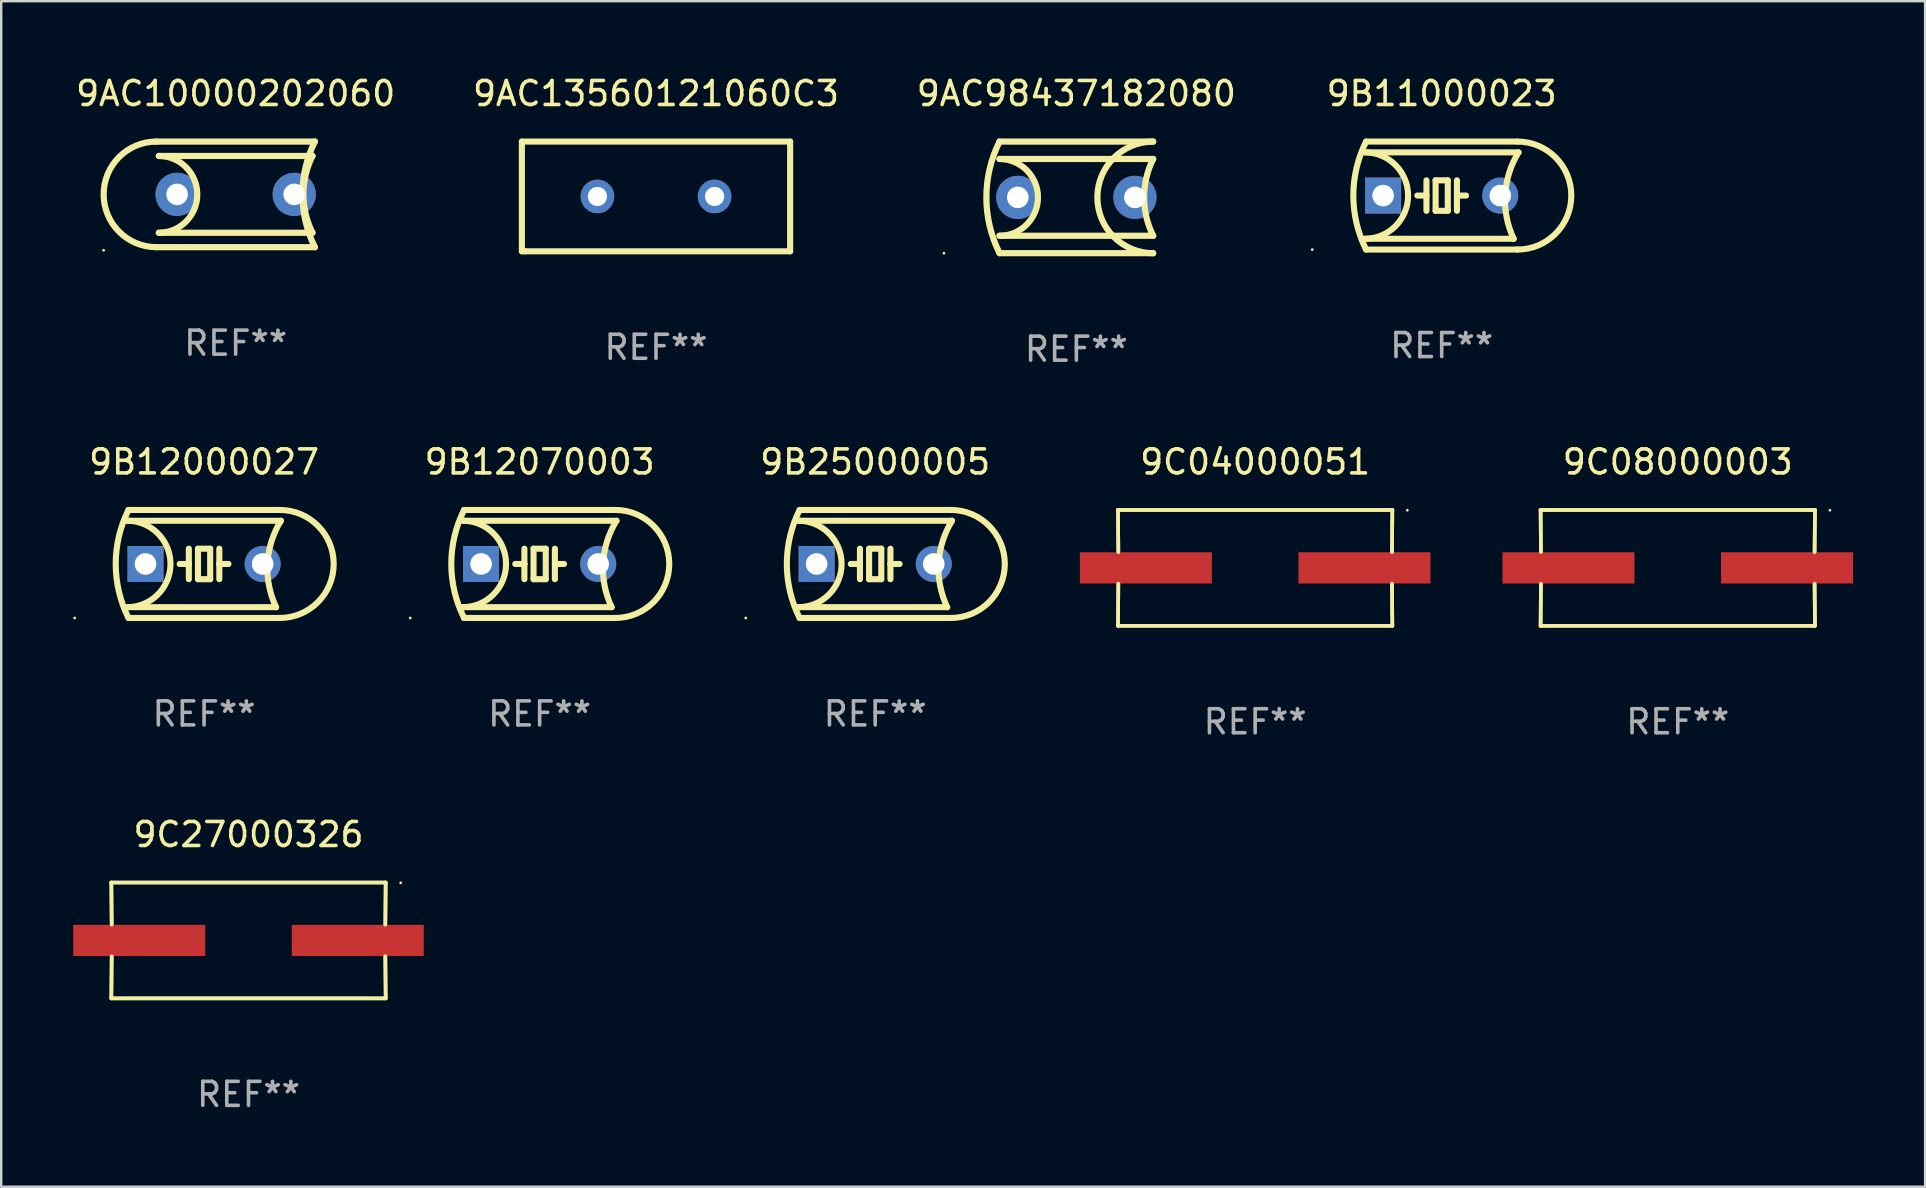
<source format=kicad_pcb>
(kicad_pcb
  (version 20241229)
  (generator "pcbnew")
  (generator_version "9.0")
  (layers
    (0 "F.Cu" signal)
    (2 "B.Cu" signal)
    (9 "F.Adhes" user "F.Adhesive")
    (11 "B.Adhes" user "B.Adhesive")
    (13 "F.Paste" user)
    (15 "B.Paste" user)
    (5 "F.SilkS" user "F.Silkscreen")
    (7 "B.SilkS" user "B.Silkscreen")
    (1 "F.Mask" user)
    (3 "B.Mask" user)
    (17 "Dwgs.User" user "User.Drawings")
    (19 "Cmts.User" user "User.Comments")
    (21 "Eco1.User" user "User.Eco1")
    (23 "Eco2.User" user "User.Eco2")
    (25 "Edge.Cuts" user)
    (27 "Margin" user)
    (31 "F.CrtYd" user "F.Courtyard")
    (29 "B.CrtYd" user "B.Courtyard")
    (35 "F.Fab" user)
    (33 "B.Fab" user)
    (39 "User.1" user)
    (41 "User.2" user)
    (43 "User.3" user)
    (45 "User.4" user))
  (footprint "9AC13560121060C3"
    (layer "F.Cu")
    (at 24.28 5.134)
    (property "Reference" "9AC13560121060C3" (at 0 -4.286 0) (layer "F.SilkS") (effects (font (size 1 1) (thickness 0.15))))
    (attr through_hole)
    (fp_line (start -5.588 -2.286) (end -5.588 2.159) (stroke (width 0.254) (type solid)) (layer "F.SilkS"))
    (fp_line (start -5.588 2.159) (end -5.588 2.286) (stroke (width 0.254) (type solid)) (layer "F.SilkS"))
    (fp_line (start -5.588 2.286) (end -5.461 2.286) (stroke (width 0.254) (type solid)) (layer "F.SilkS"))
    (fp_line (start -5.461 2.286) (end 5.588 2.286) (stroke (width 0.254) (type solid)) (layer "F.SilkS"))
    (fp_line (start 5.588 -2.286) (end -5.588 -2.286) (stroke (width 0.254) (type solid)) (layer "F.SilkS"))
    (fp_line (start 5.588 2.286) (end 5.588 -2.286) (stroke (width 0.254) (type solid)) (layer "F.SilkS"))
    (fp_circle (center -5.525 2.325) (end -5.495 2.325) (stroke (width 0.06) (type solid)) (fill no) (layer "F.SilkS"))
    (fp_text user "REF**" (at 0 6.286 0) (layer "F.Fab") (effects (font (size 1 1) (thickness 0.15))))
    (pad "1" thru_hole circle (at -2.44 0) (size 1.4 1.4) (drill 0.8) (layers "*.Cu" "*.Mask"))
    (pad "2" thru_hole circle (at 2.44 0) (size 1.4 1.4) (drill 0.8) (layers "*.Cu" "*.Mask")))
  (footprint "9B11000023"
    (layer "F.Cu")
    (at 57.012 5.098)
    (property "Reference" "9B11000023" (at 0 -4.25 0) (layer "F.SilkS") (effects (font (size 1 1) (thickness 0.15))))
    (attr through_hole)
    (fp_line (start -3.2 -1.8) (end 3.2 -1.8) (stroke (width 0.254) (type solid)) (layer "F.SilkS"))
    (fp_line (start -3.15 2.25) (end 3.15 2.25) (stroke (width 0.254) (type solid)) (layer "F.SilkS"))
    (fp_line (start -0.635 -0.635) (end -0.635 0) (stroke (width 0.254) (type solid)) (layer "F.SilkS"))
    (fp_line (start -0.635 0) (end -1.016 0) (stroke (width 0.254) (type solid)) (layer "F.SilkS"))
    (fp_line (start -0.635 0) (end -0.635 0.635) (stroke (width 0.254) (type solid)) (layer "F.SilkS"))
    (fp_line (start -0.254 -0.635) (end -0.254 0.635) (stroke (width 0.254) (type solid)) (layer "F.SilkS"))
    (fp_line (start -0.254 0.635) (end 0.254 0.635) (stroke (width 0.254) (type solid)) (layer "F.SilkS"))
    (fp_line (start 0.254 -0.635) (end -0.254 -0.635) (stroke (width 0.254) (type solid)) (layer "F.SilkS"))
    (fp_line (start 0.254 0.635) (end 0.254 -0.635) (stroke (width 0.254) (type solid)) (layer "F.SilkS"))
    (fp_line (start 0.635 -0.635) (end 0.635 0) (stroke (width 0.254) (type solid)) (layer "F.SilkS"))
    (fp_line (start 0.635 0) (end 0.635 0.635) (stroke (width 0.254) (type solid)) (layer "F.SilkS"))
    (fp_line (start 0.635 0) (end 1.016 0) (stroke (width 0.254) (type solid)) (layer "F.SilkS"))
    (fp_line (start 3 1.8) (end -3.2 1.8) (stroke (width 0.254) (type solid)) (layer "F.SilkS"))
    (fp_line (start 3.15 -2.25) (end -3.15 -2.25) (stroke (width 0.254) (type solid)) (layer "F.SilkS"))
    (fp_arc (start -3.200406 -1.800864) (mid -1.399974 -0.000635) (end -3.2 1.8) (stroke (width 0.254001) (type solid)) (layer "F.SilkS"))
    (fp_arc (start -3.149606 2.250444) (mid -3.680941 0.000261) (end -3.149987 -2.250013) (stroke (width 0.254001) (type solid)) (layer "F.SilkS"))
    (fp_arc (start 2.999746 1.800863) (mid 2.642982 -0.024977) (end 3.2 -1.8) (stroke (width 0.254001) (type solid)) (layer "F.SilkS"))
    (fp_arc (start 3.149607 -2.250445) (mid 5.399848 -0.000406) (end 3.149987 2.250013) (stroke (width 0.254001) (type solid)) (layer "F.SilkS"))
    (fp_circle (center -5.392 2.25) (end -5.362 2.25) (stroke (width 0.06) (type solid)) (fill no) (layer "F.SilkS"))
    (fp_text user "REF**" (at 0 6.25 0) (layer "F.Fab") (effects (font (size 1 1) (thickness 0.15))))
    (pad "1" thru_hole rect (at -2.44 0) (size 1.5 1.5) (drill 0.9) (layers "*.Cu" "*.Mask"))
    (pad "2" thru_hole circle (at 2.44 0) (size 1.5 1.5) (drill 0.9) (layers "*.Cu" "*.Mask")))
  (footprint "9AC10000202060"
    (layer "F.Cu")
    (at 6.768 5.048)
    (property "Reference" "9AC10000202060" (at 0 -4.2 0) (layer "F.SilkS") (effects (font (size 1 1) (thickness 0.15))))
    (attr through_hole)
    (fp_line (start -3.3 -2.2) (end 3.3 -2.2) (stroke (width 0.258) (type solid)) (layer "F.SilkS"))
    (fp_line (start -3.2 1.6) (end 3.2 1.6) (stroke (width 0.258) (type solid)) (layer "F.SilkS"))
    (fp_line (start 3.2 -1.6) (end -3.2 -1.6) (stroke (width 0.258) (type solid)) (layer "F.SilkS"))
    (fp_line (start 3.3 2.2) (end -3.3 2.2) (stroke (width 0.258) (type solid)) (layer "F.SilkS"))
    (fp_arc (start -3.299987 2.2) (mid -5.499301 -0.000076) (end -3.299479 -2.199644) (stroke (width 0.258065) (type solid)) (layer "F.SilkS"))
    (fp_arc (start -3.200418 -1.600203) (mid -1.600292 -0.000291) (end -3.200013 1.600025) (stroke (width 0.258065) (type solid)) (layer "F.SilkS"))
    (fp_arc (start 3.200394 1.600203) (mid 2.822512 0.00014) (end 3.199962 -1.600025) (stroke (width 0.258065) (type solid)) (layer "F.SilkS"))
    (fp_arc (start 3.299453 2.199645) (mid 2.780328 -0.000241) (end 3.299987 -2.2) (stroke (width 0.258065) (type solid)) (layer "F.SilkS"))
    (fp_circle (center -5.5 2.329) (end -5.47 2.329) (stroke (width 0.06) (type solid)) (fill no) (layer "F.SilkS"))
    (fp_text user "REF**" (at 0 6.2 0) (layer "F.Fab") (effects (font (size 1 1) (thickness 0.15))))
    (pad "1" thru_hole circle (at -2.44 0) (size 1.8 1.8) (drill 0.9) (layers "*.Cu" "*.Mask"))
    (pad "2" thru_hole circle (at 2.44 0) (size 1.8 1.8) (drill 0.9) (layers "*.Cu" "*.Mask")))
  (footprint "9B12000027"
    (layer "F.Cu")
    (at 5.452 20.445)
    (property "Reference" "9B12000027" (at 0 -4.25 0) (layer "F.SilkS") (effects (font (size 1 1) (thickness 0.15))))
    (attr through_hole)
    (fp_line (start -3.2 -1.8) (end 3.2 -1.8) (stroke (width 0.254) (type solid)) (layer "F.SilkS"))
    (fp_line (start -3.15 2.25) (end 3.15 2.25) (stroke (width 0.254) (type solid)) (layer "F.SilkS"))
    (fp_line (start -0.635 -0.635) (end -0.635 0) (stroke (width 0.254) (type solid)) (layer "F.SilkS"))
    (fp_line (start -0.635 0) (end -1.016 0) (stroke (width 0.254) (type solid)) (layer "F.SilkS"))
    (fp_line (start -0.635 0) (end -0.635 0.635) (stroke (width 0.254) (type solid)) (layer "F.SilkS"))
    (fp_line (start -0.254 -0.635) (end -0.254 0.635) (stroke (width 0.254) (type solid)) (layer "F.SilkS"))
    (fp_line (start -0.254 0.635) (end 0.254 0.635) (stroke (width 0.254) (type solid)) (layer "F.SilkS"))
    (fp_line (start 0.254 -0.635) (end -0.254 -0.635) (stroke (width 0.254) (type solid)) (layer "F.SilkS"))
    (fp_line (start 0.254 0.635) (end 0.254 -0.635) (stroke (width 0.254) (type solid)) (layer "F.SilkS"))
    (fp_line (start 0.635 -0.635) (end 0.635 0) (stroke (width 0.254) (type solid)) (layer "F.SilkS"))
    (fp_line (start 0.635 0) (end 0.635 0.635) (stroke (width 0.254) (type solid)) (layer "F.SilkS"))
    (fp_line (start 0.635 0) (end 1.016 0) (stroke (width 0.254) (type solid)) (layer "F.SilkS"))
    (fp_line (start 3 1.8) (end -3.2 1.8) (stroke (width 0.254) (type solid)) (layer "F.SilkS"))
    (fp_line (start 3.15 -2.25) (end -3.15 -2.25) (stroke (width 0.254) (type solid)) (layer "F.SilkS"))
    (fp_arc (start -3.200406 -1.800864) (mid -1.399974 -0.000635) (end -3.2 1.8) (stroke (width 0.254001) (type solid)) (layer "F.SilkS"))
    (fp_arc (start -3.149606 2.250444) (mid -3.680941 0.000261) (end -3.149987 -2.250013) (stroke (width 0.254001) (type solid)) (layer "F.SilkS"))
    (fp_arc (start 2.999746 1.800863) (mid 2.642982 -0.024977) (end 3.2 -1.8) (stroke (width 0.254001) (type solid)) (layer "F.SilkS"))
    (fp_arc (start 3.149607 -2.250445) (mid 5.399848 -0.000406) (end 3.149987 2.250013) (stroke (width 0.254001) (type solid)) (layer "F.SilkS"))
    (fp_circle (center -5.392 2.25) (end -5.362 2.25) (stroke (width 0.06) (type solid)) (fill no) (layer "F.SilkS"))
    (fp_text user "REF**" (at 0 6.25 0) (layer "F.Fab") (effects (font (size 1 1) (thickness 0.15))))
    (pad "1" thru_hole rect (at -2.44 0) (size 1.5 1.5) (drill 0.9) (layers "*.Cu" "*.Mask"))
    (pad "2" thru_hole circle (at 2.44 0) (size 1.5 1.5) (drill 0.9) (layers "*.Cu" "*.Mask")))
  (footprint "9C27000326"
    (layer "F.Cu")
    (at 7.303 36.13)
    (property "Reference" "9C27000326" (at 0 -4.413 0) (layer "F.SilkS") (effects (font (size 1 1) (thickness 0.15))))
    (attr through_hole)
    (fp_line (start -5.715 -2.413) (end -5.7 -0.662) (stroke (width 0.152) (type solid)) (layer "F.SilkS"))
    (fp_line (start -5.715 -2.413) (end -5.7 -0.662) (stroke (width 0.152) (type solid)) (layer "F.SilkS"))
    (fp_line (start -5.715 2.413) (end 5.715 2.413) (stroke (width 0.152) (type solid)) (layer "F.SilkS"))
    (fp_line (start -5.715 2.413) (end 5.715 2.413) (stroke (width 0.152) (type solid)) (layer "F.SilkS"))
    (fp_line (start -5.7 0.662) (end -5.715 2.413) (stroke (width 0.152) (type solid)) (layer "F.SilkS"))
    (fp_line (start -5.7 0.662) (end -5.715 2.413) (stroke (width 0.152) (type solid)) (layer "F.SilkS"))
    (fp_line (start 5.7 -0.662) (end 5.715 -2.413) (stroke (width 0.152) (type solid)) (layer "F.SilkS"))
    (fp_line (start 5.7 -0.662) (end 5.715 -2.413) (stroke (width 0.152) (type solid)) (layer "F.SilkS"))
    (fp_line (start 5.715 -2.413) (end -5.715 -2.413) (stroke (width 0.152) (type solid)) (layer "F.SilkS"))
    (fp_line (start 5.715 -2.413) (end -5.715 -2.413) (stroke (width 0.152) (type solid)) (layer "F.SilkS"))
    (fp_line (start 5.715 2.413) (end 5.7 0.662) (stroke (width 0.152) (type solid)) (layer "F.SilkS"))
    (fp_line (start 5.715 2.413) (end 5.7 0.662) (stroke (width 0.152) (type solid)) (layer "F.SilkS"))
    (fp_circle (center 6.34 -2.4) (end 6.37 -2.4) (stroke (width 0.06) (type solid)) (fill no) (layer "F.SilkS"))
    (fp_text user "REF**" (at 0 6.413 0) (layer "F.Fab") (effects (font (size 1 1) (thickness 0.15))))
    (pad "1" smd rect (at 4.553 0) (size 5.5 1.3) (layers "F.Cu" "F.Mask" "F.Paste"))
    (pad "2" smd rect (at -4.553 0) (size 5.5 1.3) (layers "F.Cu" "F.Mask" "F.Paste")))
  (footprint "9B25000005"
    (layer "F.Cu")
    (at 33.411 20.445)
    (property "Reference" "9B25000005" (at 0 -4.25 0) (layer "F.SilkS") (effects (font (size 1 1) (thickness 0.15))))
    (attr through_hole)
    (fp_line (start -3.2 -1.8) (end 3.2 -1.8) (stroke (width 0.254) (type solid)) (layer "F.SilkS"))
    (fp_line (start -3.15 2.25) (end 3.15 2.25) (stroke (width 0.254) (type solid)) (layer "F.SilkS"))
    (fp_line (start -0.635 -0.635) (end -0.635 0) (stroke (width 0.254) (type solid)) (layer "F.SilkS"))
    (fp_line (start -0.635 0) (end -1.016 0) (stroke (width 0.254) (type solid)) (layer "F.SilkS"))
    (fp_line (start -0.635 0) (end -0.635 0.635) (stroke (width 0.254) (type solid)) (layer "F.SilkS"))
    (fp_line (start -0.254 -0.635) (end -0.254 0.635) (stroke (width 0.254) (type solid)) (layer "F.SilkS"))
    (fp_line (start -0.254 0.635) (end 0.254 0.635) (stroke (width 0.254) (type solid)) (layer "F.SilkS"))
    (fp_line (start 0.254 -0.635) (end -0.254 -0.635) (stroke (width 0.254) (type solid)) (layer "F.SilkS"))
    (fp_line (start 0.254 0.635) (end 0.254 -0.635) (stroke (width 0.254) (type solid)) (layer "F.SilkS"))
    (fp_line (start 0.635 -0.635) (end 0.635 0) (stroke (width 0.254) (type solid)) (layer "F.SilkS"))
    (fp_line (start 0.635 0) (end 0.635 0.635) (stroke (width 0.254) (type solid)) (layer "F.SilkS"))
    (fp_line (start 0.635 0) (end 1.016 0) (stroke (width 0.254) (type solid)) (layer "F.SilkS"))
    (fp_line (start 3 1.8) (end -3.2 1.8) (stroke (width 0.254) (type solid)) (layer "F.SilkS"))
    (fp_line (start 3.15 -2.25) (end -3.15 -2.25) (stroke (width 0.254) (type solid)) (layer "F.SilkS"))
    (fp_arc (start -3.200406 -1.800864) (mid -1.399974 -0.000635) (end -3.2 1.8) (stroke (width 0.254001) (type solid)) (layer "F.SilkS"))
    (fp_arc (start -3.149606 2.250444) (mid -3.680941 0.000261) (end -3.149987 -2.250013) (stroke (width 0.254001) (type solid)) (layer "F.SilkS"))
    (fp_arc (start 2.999746 1.800863) (mid 2.642982 -0.024977) (end 3.2 -1.8) (stroke (width 0.254001) (type solid)) (layer "F.SilkS"))
    (fp_arc (start 3.149607 -2.250445) (mid 5.399848 -0.000406) (end 3.149987 2.250013) (stroke (width 0.254001) (type solid)) (layer "F.SilkS"))
    (fp_circle (center -5.392 2.25) (end -5.362 2.25) (stroke (width 0.06) (type solid)) (fill no) (layer "F.SilkS"))
    (fp_text user "REF**" (at 0 6.25 0) (layer "F.Fab") (effects (font (size 1 1) (thickness 0.15))))
    (pad "1" thru_hole rect (at -2.44 0) (size 1.5 1.5) (drill 0.9) (layers "*.Cu" "*.Mask"))
    (pad "2" thru_hole circle (at 2.44 0) (size 1.5 1.5) (drill 0.9) (layers "*.Cu" "*.Mask")))
  (footprint "9AC98437182080"
    (layer "F.Cu")
    (at 41.792 5.173)
    (property "Reference" "9AC98437182080" (at 0 -4.325 0) (layer "F.SilkS") (effects (font (size 1 1) (thickness 0.15))))
    (attr through_hole)
    (fp_line (start -3.2 -2.325) (end 3.2 -2.325) (stroke (width 0.258) (type solid)) (layer "F.SilkS"))
    (fp_line (start -3.2 1.6) (end 3.2 1.6) (stroke (width 0.258) (type solid)) (layer "F.SilkS"))
    (fp_line (start 3.2 2.325) (end -3.2 2.325) (stroke (width 0.258) (type solid)) (layer "F.SilkS"))
    (fp_line (start 3.2 -1.6) (end -3.2 -1.6) (stroke (width 0.258) (type solid)) (layer "F.SilkS"))
    (fp_arc (start -3.200382 2.324143) (mid -3.748993 -0.000455) (end -3.199975 -2.324956) (stroke (width 0.258065) (type solid)) (layer "F.SilkS"))
    (fp_arc (start -3.20038 -1.600166) (mid -1.600253 -0.000253) (end -3.199975 1.600064) (stroke (width 0.258065) (type solid)) (layer "F.SilkS"))
    (fp_arc (start 3.199949 2.324981) (mid 0.87592 0.000216) (end 3.200431 -2.324067) (stroke (width 0.258065) (type solid)) (layer "F.SilkS"))
    (fp_arc (start 3.200432 1.600241) (mid 2.82255 0.000178) (end 3.2 -1.599987) (stroke (width 0.258065) (type solid)) (layer "F.SilkS"))
    (fp_circle (center -5.517 2.325) (end -5.487 2.325) (stroke (width 0.06) (type solid)) (fill no) (layer "F.SilkS"))
    (fp_text user "REF**" (at 0 6.325 0) (layer "F.Fab") (effects (font (size 1 1) (thickness 0.15))))
    (pad "1" thru_hole circle (at -2.44 0.000038) (size 1.8 1.8) (drill 0.9) (layers "*.Cu" "*.Mask"))
    (pad "2" thru_hole circle (at 2.44 0.000038) (size 1.8 1.8) (drill 0.9) (layers "*.Cu" "*.Mask")))
  (footprint "9C04000051"
    (layer "F.Cu")
    (at 49.241 20.608)
    (property "Reference" "9C04000051" (at 0 -4.413 0) (layer "F.SilkS") (effects (font (size 1 1) (thickness 0.15))))
    (attr through_hole)
    (fp_line (start -5.715 -2.413) (end -5.7 -0.662) (stroke (width 0.152) (type solid)) (layer "F.SilkS"))
    (fp_line (start -5.715 -2.413) (end -5.7 -0.662) (stroke (width 0.152) (type solid)) (layer "F.SilkS"))
    (fp_line (start -5.715 2.413) (end 5.715 2.413) (stroke (width 0.152) (type solid)) (layer "F.SilkS"))
    (fp_line (start -5.715 2.413) (end 5.715 2.413) (stroke (width 0.152) (type solid)) (layer "F.SilkS"))
    (fp_line (start -5.7 0.662) (end -5.715 2.413) (stroke (width 0.152) (type solid)) (layer "F.SilkS"))
    (fp_line (start -5.7 0.662) (end -5.715 2.413) (stroke (width 0.152) (type solid)) (layer "F.SilkS"))
    (fp_line (start 5.7 -0.662) (end 5.715 -2.413) (stroke (width 0.152) (type solid)) (layer "F.SilkS"))
    (fp_line (start 5.7 -0.662) (end 5.715 -2.413) (stroke (width 0.152) (type solid)) (layer "F.SilkS"))
    (fp_line (start 5.715 -2.413) (end -5.715 -2.413) (stroke (width 0.152) (type solid)) (layer "F.SilkS"))
    (fp_line (start 5.715 -2.413) (end -5.715 -2.413) (stroke (width 0.152) (type solid)) (layer "F.SilkS"))
    (fp_line (start 5.715 2.413) (end 5.7 0.662) (stroke (width 0.152) (type solid)) (layer "F.SilkS"))
    (fp_line (start 5.715 2.413) (end 5.7 0.662) (stroke (width 0.152) (type solid)) (layer "F.SilkS"))
    (fp_circle (center 6.34 -2.4) (end 6.37 -2.4) (stroke (width 0.06) (type solid)) (fill no) (layer "F.SilkS"))
    (fp_text user "REF**" (at 0 6.413 0) (layer "F.Fab") (effects (font (size 1 1) (thickness 0.15))))
    (pad "1" smd rect (at 4.553 0) (size 5.5 1.3) (layers "F.Cu" "F.Mask" "F.Paste"))
    (pad "2" smd rect (at -4.553 0) (size 5.5 1.3) (layers "F.Cu" "F.Mask" "F.Paste")))
  (footprint "9C08000003"
    (layer "F.Cu")
    (at 66.847 20.608)
    (property "Reference" "9C08000003" (at 0 -4.413 0) (layer "F.SilkS") (effects (font (size 1 1) (thickness 0.15))))
    (attr through_hole)
    (fp_line (start -5.715 -2.413) (end -5.7 -0.662) (stroke (width 0.152) (type solid)) (layer "F.SilkS"))
    (fp_line (start -5.715 -2.413) (end -5.7 -0.662) (stroke (width 0.152) (type solid)) (layer "F.SilkS"))
    (fp_line (start -5.715 2.413) (end 5.715 2.413) (stroke (width 0.152) (type solid)) (layer "F.SilkS"))
    (fp_line (start -5.715 2.413) (end 5.715 2.413) (stroke (width 0.152) (type solid)) (layer "F.SilkS"))
    (fp_line (start -5.7 0.662) (end -5.715 2.413) (stroke (width 0.152) (type solid)) (layer "F.SilkS"))
    (fp_line (start -5.7 0.662) (end -5.715 2.413) (stroke (width 0.152) (type solid)) (layer "F.SilkS"))
    (fp_line (start 5.7 -0.662) (end 5.715 -2.413) (stroke (width 0.152) (type solid)) (layer "F.SilkS"))
    (fp_line (start 5.7 -0.662) (end 5.715 -2.413) (stroke (width 0.152) (type solid)) (layer "F.SilkS"))
    (fp_line (start 5.715 -2.413) (end -5.715 -2.413) (stroke (width 0.152) (type solid)) (layer "F.SilkS"))
    (fp_line (start 5.715 -2.413) (end -5.715 -2.413) (stroke (width 0.152) (type solid)) (layer "F.SilkS"))
    (fp_line (start 5.715 2.413) (end 5.7 0.662) (stroke (width 0.152) (type solid)) (layer "F.SilkS"))
    (fp_line (start 5.715 2.413) (end 5.7 0.662) (stroke (width 0.152) (type solid)) (layer "F.SilkS"))
    (fp_circle (center 6.34 -2.4) (end 6.37 -2.4) (stroke (width 0.06) (type solid)) (fill no) (layer "F.SilkS"))
    (fp_text user "REF**" (at 0 6.413 0) (layer "F.Fab") (effects (font (size 1 1) (thickness 0.15))))
    (pad "1" smd rect (at 4.553 0) (size 5.5 1.3) (layers "F.Cu" "F.Mask" "F.Paste"))
    (pad "2" smd rect (at -4.553 0) (size 5.5 1.3) (layers "F.Cu" "F.Mask" "F.Paste")))
  (footprint "9B12070003"
    (layer "F.Cu")
    (at 19.432 20.445)
    (property "Reference" "9B12070003" (at 0 -4.25 0) (layer "F.SilkS") (effects (font (size 1 1) (thickness 0.15))))
    (attr through_hole)
    (fp_line (start -3.2 -1.8) (end 3.2 -1.8) (stroke (width 0.254) (type solid)) (layer "F.SilkS"))
    (fp_line (start -3.15 2.25) (end 3.15 2.25) (stroke (width 0.254) (type solid)) (layer "F.SilkS"))
    (fp_line (start -0.635 -0.635) (end -0.635 0) (stroke (width 0.254) (type solid)) (layer "F.SilkS"))
    (fp_line (start -0.635 0) (end -1.016 0) (stroke (width 0.254) (type solid)) (layer "F.SilkS"))
    (fp_line (start -0.635 0) (end -0.635 0.635) (stroke (width 0.254) (type solid)) (layer "F.SilkS"))
    (fp_line (start -0.254 -0.635) (end -0.254 0.635) (stroke (width 0.254) (type solid)) (layer "F.SilkS"))
    (fp_line (start -0.254 0.635) (end 0.254 0.635) (stroke (width 0.254) (type solid)) (layer "F.SilkS"))
    (fp_line (start 0.254 -0.635) (end -0.254 -0.635) (stroke (width 0.254) (type solid)) (layer "F.SilkS"))
    (fp_line (start 0.254 0.635) (end 0.254 -0.635) (stroke (width 0.254) (type solid)) (layer "F.SilkS"))
    (fp_line (start 0.635 -0.635) (end 0.635 0) (stroke (width 0.254) (type solid)) (layer "F.SilkS"))
    (fp_line (start 0.635 0) (end 0.635 0.635) (stroke (width 0.254) (type solid)) (layer "F.SilkS"))
    (fp_line (start 0.635 0) (end 1.016 0) (stroke (width 0.254) (type solid)) (layer "F.SilkS"))
    (fp_line (start 3 1.8) (end -3.2 1.8) (stroke (width 0.254) (type solid)) (layer "F.SilkS"))
    (fp_line (start 3.15 -2.25) (end -3.15 -2.25) (stroke (width 0.254) (type solid)) (layer "F.SilkS"))
    (fp_arc (start -3.200406 -1.800864) (mid -1.399974 -0.000635) (end -3.2 1.8) (stroke (width 0.254001) (type solid)) (layer "F.SilkS"))
    (fp_arc (start -3.149606 2.250444) (mid -3.680941 0.000261) (end -3.149987 -2.250013) (stroke (width 0.254001) (type solid)) (layer "F.SilkS"))
    (fp_arc (start 2.999746 1.800863) (mid 2.642982 -0.024977) (end 3.2 -1.8) (stroke (width 0.254001) (type solid)) (layer "F.SilkS"))
    (fp_arc (start 3.149607 -2.250445) (mid 5.399848 -0.000406) (end 3.149987 2.250013) (stroke (width 0.254001) (type solid)) (layer "F.SilkS"))
    (fp_circle (center -5.392 2.25) (end -5.362 2.25) (stroke (width 0.06) (type solid)) (fill no) (layer "F.SilkS"))
    (fp_text user "REF**" (at 0 6.25 0) (layer "F.Fab") (effects (font (size 1 1) (thickness 0.15))))
    (pad "1" thru_hole rect (at -2.44 0) (size 1.5 1.5) (drill 0.9) (layers "*.Cu" "*.Mask"))
    (pad "2" thru_hole circle (at 2.44 0) (size 1.5 1.5) (drill 0.9) (layers "*.Cu" "*.Mask")))
  (gr_rect
    (start -3 -3)
    (end 77.15 46.391)
    (stroke (width 0.1) (type default))
    (fill no)
    (layer "Edge.Cuts")))
</source>
